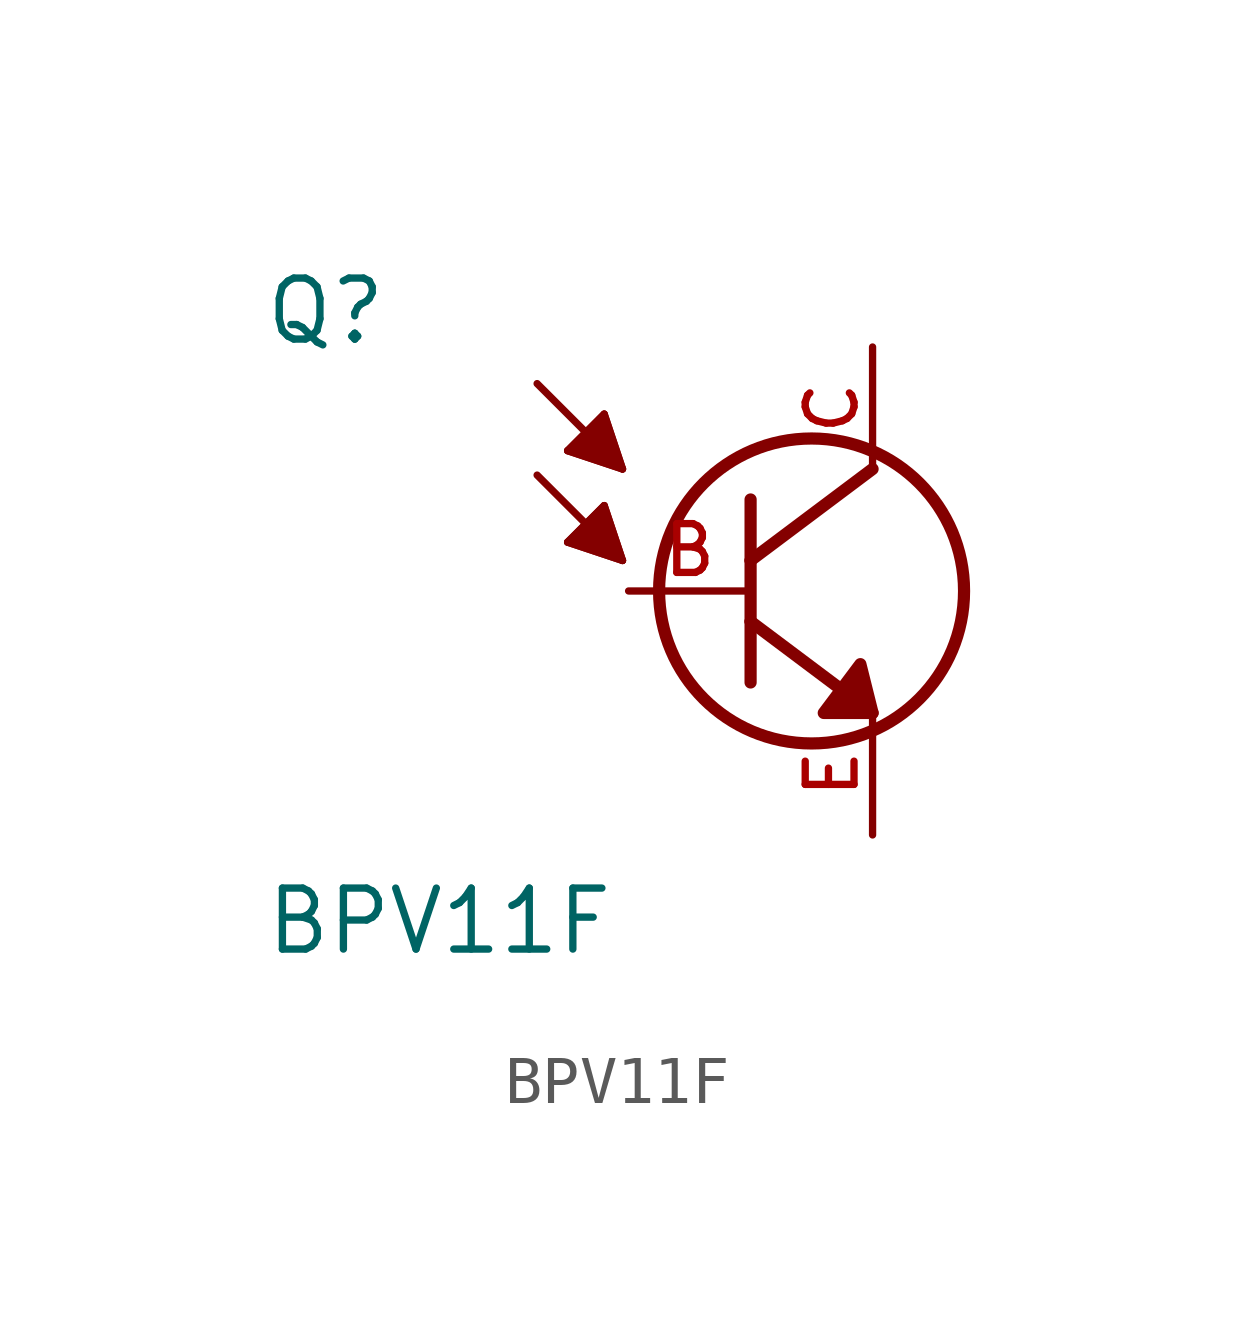
<source format=kicad_sym>
(kicad_symbol_lib
  (version 20241209)
  (generator "kicad_symbol_editor")
  (generator_version "9.0")
  (symbol "BPV11F"
    (pin_names
      (offset 1.016))
    (property "Reference" "Q"
      (at -10.156 5.082 0)
      (effects (font (size 1.27 1.27)) (justify left bottom)))
    (property "Value" "BPV11F"
      (at -10.151 -7.62 0)
      (effects (font (size 1.27 1.27)) (justify left bottom)))
    (symbol "BPV11F_0_0"
      (polyline (pts (xy -4.445 4.318) (xy -2.667 2.54)) (stroke (width 0.152) (type default)) (fill (type none)))
      (polyline (pts (xy -4.445 2.413) (xy -2.667 0.635)) (stroke (width 0.152) (type default)) (fill (type none)))
      (polyline (pts (xy -3.81 2.921) (xy -3.048 3.683)) (stroke (width 0.152) (type default)) (fill (type none)))
      (polyline (pts (xy -3.81 2.921) (xy -2.667 2.54) (xy -3.048 3.683) (xy -3.81 2.921)) (stroke (width 0.152) (type default)) (fill (type outline)))
      (polyline (pts (xy -3.81 1.016) (xy -3.048 1.778)) (stroke (width 0.152) (type default)) (fill (type none)))
      (polyline (pts (xy -3.81 1.016) (xy -2.667 0.635) (xy -3.048 1.778) (xy -3.81 1.016)) (stroke (width 0.152) (type default)) (fill (type outline)))
      (polyline (pts (xy -3.048 3.683) (xy -2.667 2.54)) (stroke (width 0.152) (type default)) (fill (type none)))
      (polyline (pts (xy -3.048 1.778) (xy -2.667 0.635)) (stroke (width 0.152) (type default)) (fill (type none)))
      (polyline (pts (xy -2.667 2.54) (xy -3.81 2.921)) (stroke (width 0.152) (type default)) (fill (type none)))
      (polyline (pts (xy -2.667 0.635) (xy -3.81 1.016)) (stroke (width 0.152) (type default)) (fill (type none)))
      (polyline (pts (xy 0 1.905) (xy 0 0.635)) (stroke (width 0.254) (type default)) (fill (type none)))
      (polyline (pts (xy 0 0.635) (xy 0 -0.635)) (stroke (width 0.254) (type default)) (fill (type none)))
      (polyline (pts (xy 0 0.635) (xy 2.54 2.54)) (stroke (width 0.254) (type default)) (fill (type none)))
      (polyline (pts (xy 0 -0.635) (xy 0 -1.905)) (stroke (width 0.254) (type default)) (fill (type none)))
      (polyline (pts (xy 0 -0.635) (xy 2.54 -2.54)) (stroke (width 0.254) (type default)) (fill (type none)))
      (circle (center 1.27 0) (radius 3.175) (stroke (width 0.254) (type default)) (fill (type none)))
      (polyline (pts (xy 2.286 -2.286) (xy 2.54 -2.54)) (stroke (width 0.152) (type default)) (fill (type none)))
      (polyline (pts (xy 2.54 -2.54) (xy 2.286 -1.524) (xy 1.524 -2.54) (xy 2.54 -2.54)) (stroke (width 0.254) (type default)) (fill (type outline)))
      (pin passive line (at -2.54 0 0) (length 2.54) (name "~" (effects (font (size 1.016 1.016)))) (number "B" (effects (font (size 1.016 1.016)))))
      (pin passive line (at 2.54 5.08 270) (length 2.54) (name "~" (effects (font (size 1.016 1.016)))) (number "C" (effects (font (size 1.016 1.016)))))
      (pin passive line (at 2.54 -5.08 90) (length 2.54) (name "~" (effects (font (size 1.016 1.016)))) (number "E" (effects (font (size 1.016 1.016))))))))
</source>
